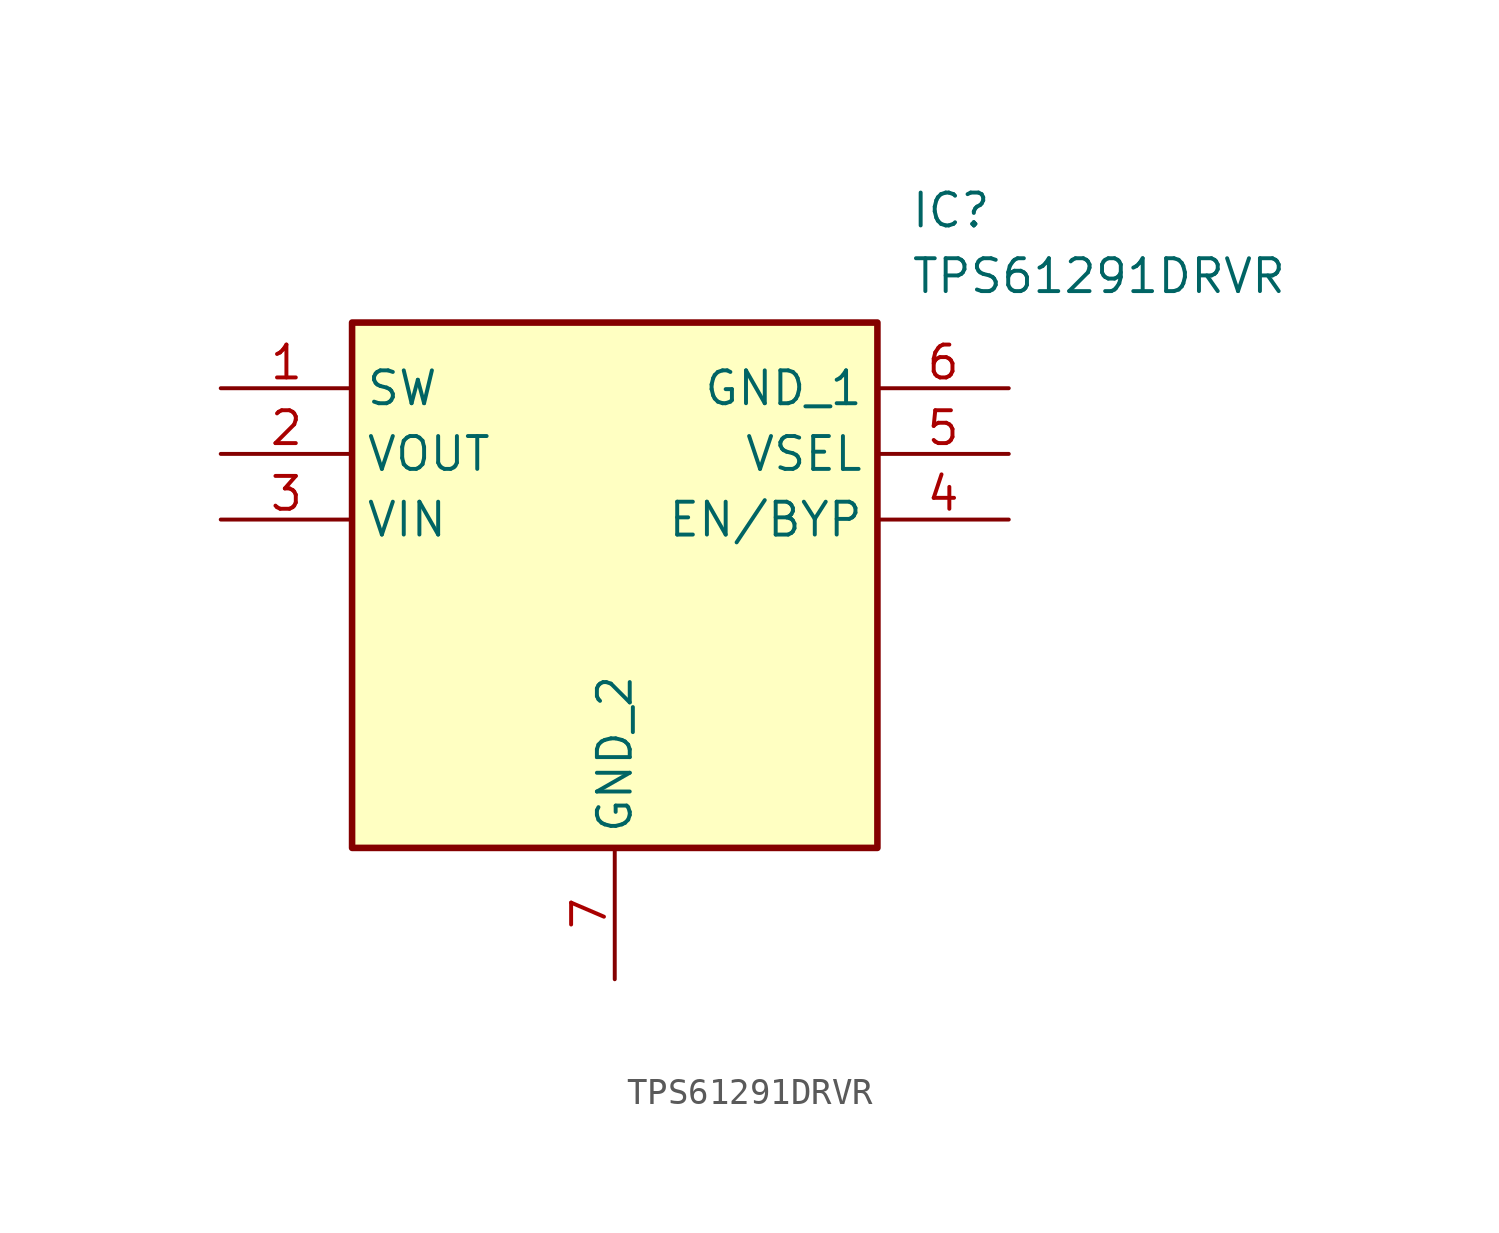
<source format=kicad_sym>
(kicad_symbol_lib
  (version 20211014)
  (generator SamacSys_ECAD_Model)
  (symbol "TPS61291DRVR"
    (property "Reference" "IC"
      (at 26.67 7.62 0)
      (effects (font (size 1.27 1.27)) (justify left top)))
    (property "Value" "TPS61291DRVR"
      (at 26.67 5.08 0)
      (effects (font (size 1.27 1.27)) (justify left top)))
    (rectangle
      (start 5.08 2.54)
      (end 25.4 -17.78)
      (stroke (width 0.254) (type default))
      (fill (type background)))
    (pin passive line
      (at 0 0 0)
      (length 5.08)
      (name "SW" (effects (font (size 1.27 1.27))))
      (number "1" (effects (font (size 1.27 1.27)))))
    (pin passive line
      (at 0 -2.54 0)
      (length 5.08)
      (name "VOUT" (effects (font (size 1.27 1.27))))
      (number "2" (effects (font (size 1.27 1.27)))))
    (pin passive line
      (at 0 -5.08 0)
      (length 5.08)
      (name "VIN" (effects (font (size 1.27 1.27))))
      (number "3" (effects (font (size 1.27 1.27)))))
    (pin passive line
      (at 15.24 -22.86 90)
      (length 5.08)
      (name "GND_2" (effects (font (size 1.27 1.27))))
      (number "7" (effects (font (size 1.27 1.27)))))
    (pin passive line
      (at 30.48 0 180)
      (length 5.08)
      (name "GND_1" (effects (font (size 1.27 1.27))))
      (number "6" (effects (font (size 1.27 1.27)))))
    (pin passive line
      (at 30.48 -2.54 180)
      (length 5.08)
      (name "VSEL" (effects (font (size 1.27 1.27))))
      (number "5" (effects (font (size 1.27 1.27)))))
    (pin passive line
      (at 30.48 -5.08 180)
      (length 5.08)
      (name "EN/BYP" (effects (font (size 1.27 1.27))))
      (number "4" (effects (font (size 1.27 1.27)))))))
</source>
